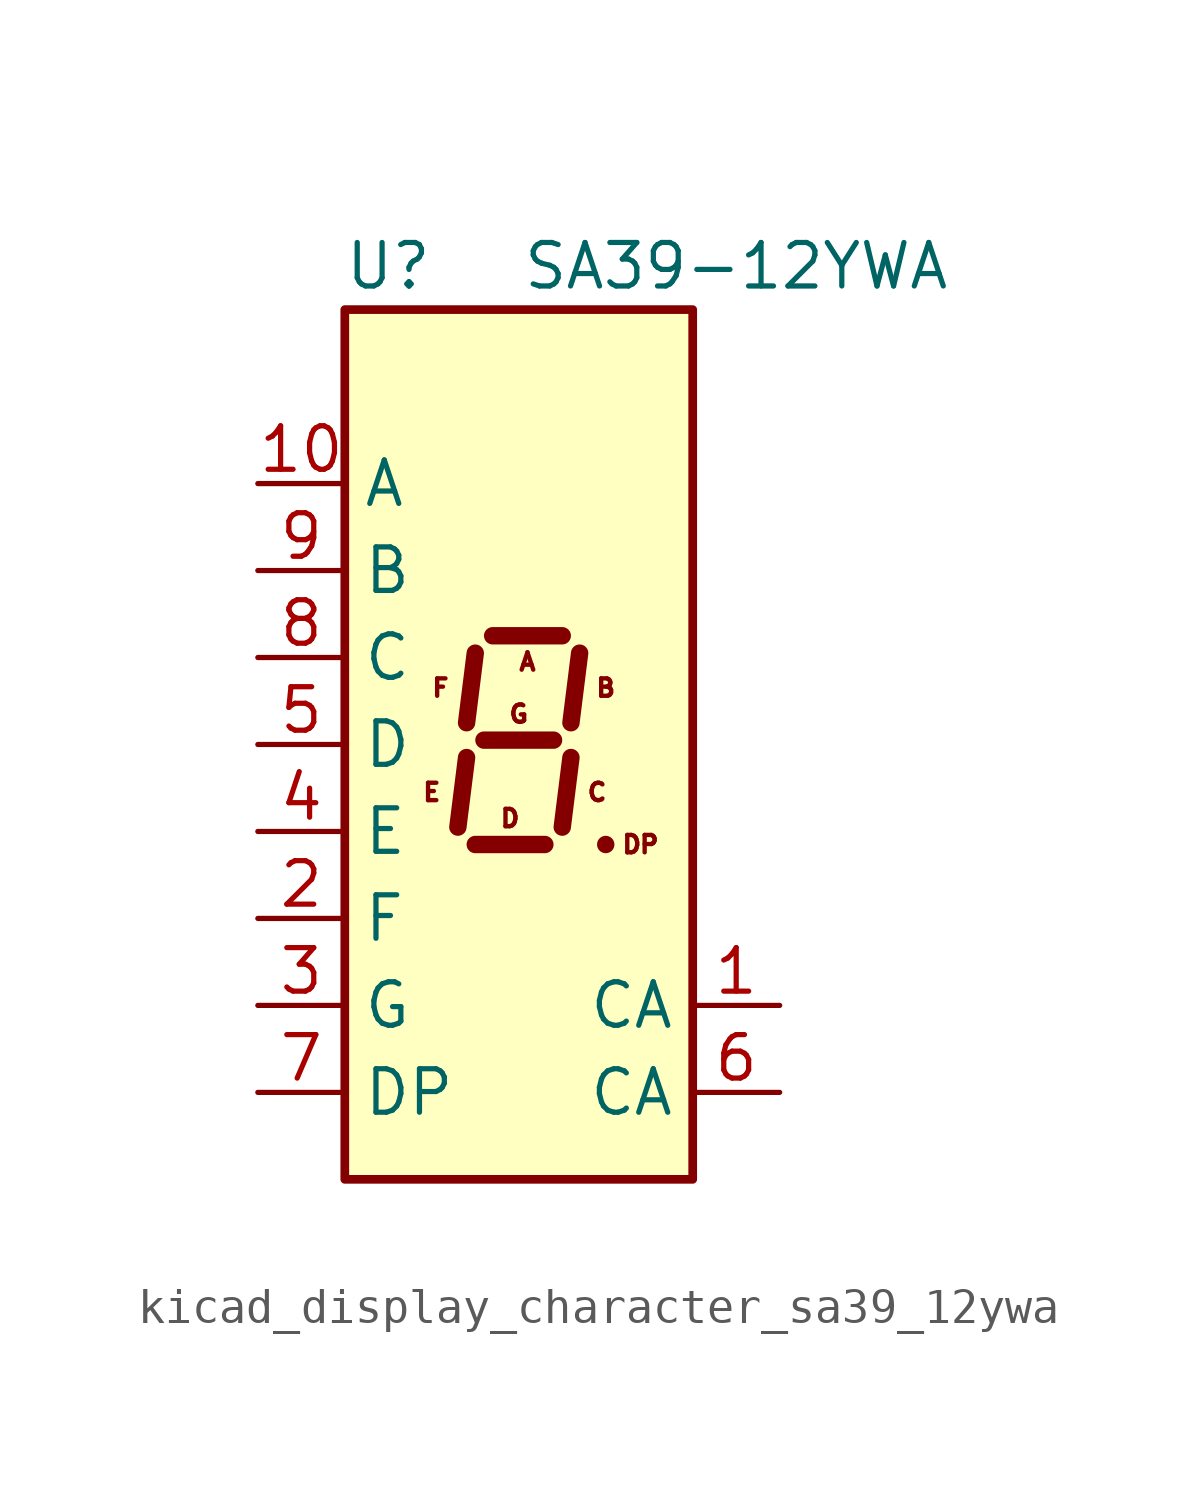
<source format=kicad_sym>
(kicad_symbol_lib
  (version 20220914)
  (generator kicad_symbol_editor)
  (symbol "kicad_display_character_sa39_12ywa"
    (property "Reference" "U"
      (at -3.81 13.97 0)
      (effects (font (size 1.27 1.27))))
    (property "Value" "SA39-12YWA"
      (at 6.35 13.97 0)
      (effects (font (size 1.27 1.27))))
    (symbol "kicad_display_character_sa39_12ywa_1_0"
      (text "A" (at 0.254 2.413 0) (effects (font (size 0.508 0.508))))
      (text "B" (at 2.54 1.651 0) (effects (font (size 0.508 0.508))))
      (text "C" (at 2.286 -1.397 0) (effects (font (size 0.508 0.508))))
      (text "D" (at -0.254 -2.159 0) (effects (font (size 0.508 0.508))))
      (text "DP" (at 3.556 -2.921 0) (effects (font (size 0.508 0.508))))
      (text "E" (at -2.54 -1.397 0) (effects (font (size 0.508 0.508))))
      (text "F" (at -2.286 1.651 0) (effects (font (size 0.508 0.508))))
      (text "G" (at 0 0.889 0) (effects (font (size 0.508 0.508)))))
    (symbol "kicad_display_character_sa39_12ywa_1_1"
      (rectangle (start -5.08 12.7) (end 5.08 -12.7) (stroke (width 0.254) (type default)) (fill (type background)))
      (polyline (pts (xy -1.524 -0.381) (xy -1.778 -2.413)) (stroke (width 0.508) (type default)) (fill (type none)))
      (polyline (pts (xy -1.27 -2.921) (xy 0.762 -2.921)) (stroke (width 0.508) (type default)) (fill (type none)))
      (polyline (pts (xy -1.27 2.667) (xy -1.524 0.635)) (stroke (width 0.508) (type default)) (fill (type none)))
      (polyline (pts (xy -1.016 0.127) (xy 1.016 0.127)) (stroke (width 0.508) (type default)) (fill (type none)))
      (polyline (pts (xy -0.762 3.175) (xy 1.27 3.175)) (stroke (width 0.508) (type default)) (fill (type none)))
      (polyline (pts (xy 1.524 -0.381) (xy 1.27 -2.413)) (stroke (width 0.508) (type default)) (fill (type none)))
      (polyline (pts (xy 1.778 2.667) (xy 1.524 0.635)) (stroke (width 0.508) (type default)) (fill (type none)))
      (polyline (pts (xy 2.54 -2.921) (xy 2.54 -2.921)) (stroke (width 0.508) (type default)) (fill (type none)))
      (pin input line (at 7.62 -7.62 180) (length 2.54) (name "CA" (effects (font (size 1.27 1.27)))) (number "1" (effects (font (size 1.27 1.27)))))
      (pin input line (at -7.62 7.62 0) (length 2.54) (name "A" (effects (font (size 1.27 1.27)))) (number "10" (effects (font (size 1.27 1.27)))))
      (pin input line (at -7.62 -5.08 0) (length 2.54) (name "F" (effects (font (size 1.27 1.27)))) (number "2" (effects (font (size 1.27 1.27)))))
      (pin input line (at -7.62 -7.62 0) (length 2.54) (name "G" (effects (font (size 1.27 1.27)))) (number "3" (effects (font (size 1.27 1.27)))))
      (pin input line (at -7.62 -2.54 0) (length 2.54) (name "E" (effects (font (size 1.27 1.27)))) (number "4" (effects (font (size 1.27 1.27)))))
      (pin input line (at -7.62 0 0) (length 2.54) (name "D" (effects (font (size 1.27 1.27)))) (number "5" (effects (font (size 1.27 1.27)))))
      (pin input line (at 7.62 -10.16 180) (length 2.54) (name "CA" (effects (font (size 1.27 1.27)))) (number "6" (effects (font (size 1.27 1.27)))))
      (pin input line (at -7.62 -10.16 0) (length 2.54) (name "DP" (effects (font (size 1.27 1.27)))) (number "7" (effects (font (size 1.27 1.27)))))
      (pin input line (at -7.62 2.54 0) (length 2.54) (name "C" (effects (font (size 1.27 1.27)))) (number "8" (effects (font (size 1.27 1.27)))))
      (pin input line (at -7.62 5.08 0) (length 2.54) (name "B" (effects (font (size 1.27 1.27)))) (number "9" (effects (font (size 1.27 1.27))))))))
</source>
